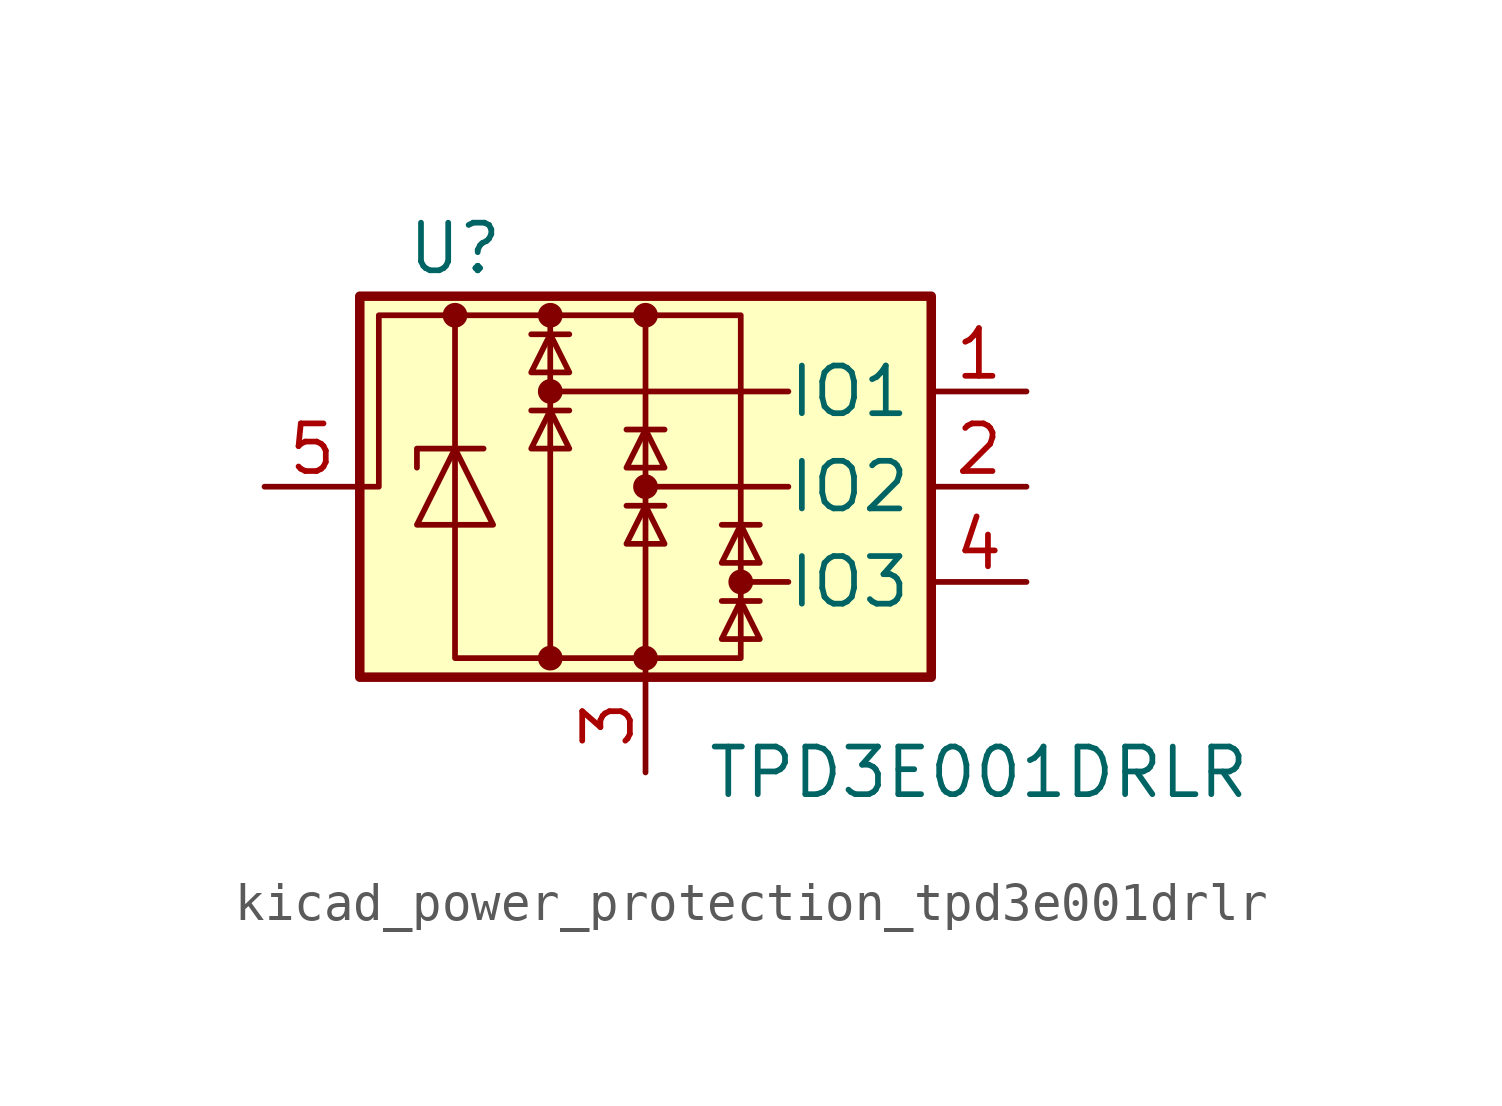
<source format=kicad_sym>
(kicad_symbol_lib
  (version 20220914)
  (generator kicad_symbol_editor)
  (symbol "kicad_power_protection_tpd3e001drlr"
    (property "Reference" "U"
      (at -5.08 6.35 0)
      (effects (font (size 1.27 1.27))))
    (property "Value" "TPD3E001DRLR"
      (at 8.89 -7.62 0)
      (effects (font (size 1.27 1.27))))
    (symbol "kicad_power_protection_tpd3e001drlr_0_1"
      (rectangle (start -7.62 5.08) (end 7.62 -5.08) (stroke (width 0.254) (type default)) (fill (type background)))
      (circle (center -5.08 4.572) (radius 0.254) (stroke (width 0) (type default)) (fill (type outline)))
      (circle (center -2.54 -4.572) (radius 0.254) (stroke (width 0) (type default)) (fill (type outline)))
      (circle (center -2.54 2.54) (radius 0.254) (stroke (width 0) (type default)) (fill (type outline)))
      (circle (center -2.54 4.572) (radius 0.254) (stroke (width 0) (type default)) (fill (type outline)))
      (circle (center 0 -4.572) (radius 0.254) (stroke (width 0) (type default)) (fill (type outline)))
      (polyline (pts (xy -2.54 2.54) (xy 3.81 2.54)) (stroke (width 0) (type default)) (fill (type none)))
      (polyline (pts (xy -2.54 4.572) (xy -2.54 -4.572)) (stroke (width 0) (type default)) (fill (type none)))
      (polyline (pts (xy -2.032 2.032) (xy -3.048 2.032)) (stroke (width 0) (type default)) (fill (type none)))
      (polyline (pts (xy -2.032 4.064) (xy -3.048 4.064)) (stroke (width 0) (type default)) (fill (type none)))
      (polyline (pts (xy 0 -5.08) (xy 0 4.572)) (stroke (width 0) (type default)) (fill (type none)))
      (polyline (pts (xy 0 0) (xy 3.81 0)) (stroke (width 0) (type default)) (fill (type none)))
      (polyline (pts (xy 0.508 -0.508) (xy -0.508 -0.508)) (stroke (width 0) (type default)) (fill (type none)))
      (polyline (pts (xy 0.508 1.524) (xy -0.508 1.524)) (stroke (width 0) (type default)) (fill (type none)))
      (polyline (pts (xy 2.54 -2.54) (xy 3.81 -2.54)) (stroke (width 0) (type default)) (fill (type none)))
      (polyline (pts (xy 3.048 -3.048) (xy 2.032 -3.048)) (stroke (width 0) (type default)) (fill (type none)))
      (polyline (pts (xy 3.048 -1.016) (xy 2.032 -1.016)) (stroke (width 0) (type default)) (fill (type none)))
      (polyline (pts (xy -4.318 1.016) (xy -6.096 1.016) (xy -6.096 0.508)) (stroke (width 0) (type default)) (fill (type none)))
      (polyline (pts (xy -7.62 0) (xy -7.112 0) (xy -7.112 4.572) (xy -5.08 4.572)) (stroke (width 0) (type default)) (fill (type none)))
      (polyline (pts (xy -5.08 1.016) (xy -6.096 -1.016) (xy -4.064 -1.016) (xy -5.08 1.016)) (stroke (width 0) (type default)) (fill (type none)))
      (polyline (pts (xy -2.54 2.032) (xy -3.048 1.016) (xy -2.032 1.016) (xy -2.54 2.032)) (stroke (width 0) (type default)) (fill (type none)))
      (polyline (pts (xy -2.54 4.064) (xy -3.048 3.048) (xy -2.032 3.048) (xy -2.54 4.064)) (stroke (width 0) (type default)) (fill (type none)))
      (polyline (pts (xy 0 -0.508) (xy -0.508 -1.524) (xy 0.508 -1.524) (xy 0 -0.508)) (stroke (width 0) (type default)) (fill (type none)))
      (polyline (pts (xy 0 1.524) (xy -0.508 0.508) (xy 0.508 0.508) (xy 0 1.524)) (stroke (width 0) (type default)) (fill (type none)))
      (polyline (pts (xy 2.54 -3.048) (xy 2.032 -4.064) (xy 3.048 -4.064) (xy 2.54 -3.048)) (stroke (width 0) (type default)) (fill (type none)))
      (polyline (pts (xy 2.54 -1.016) (xy 2.032 -2.032) (xy 3.048 -2.032) (xy 2.54 -1.016)) (stroke (width 0) (type default)) (fill (type none)))
      (circle (center 0 0) (radius 0.254) (stroke (width 0) (type default)) (fill (type outline)))
      (circle (center 0 4.572) (radius 0.254) (stroke (width 0) (type default)) (fill (type outline)))
      (rectangle (start 2.54 -4.572) (end -5.08 4.572) (stroke (width 0) (type default)) (fill (type none)))
      (circle (center 2.54 -2.54) (radius 0.254) (stroke (width 0) (type default)) (fill (type outline))))
    (symbol "kicad_power_protection_tpd3e001drlr_1_1"
      (pin passive line (at 10.16 2.54 180) (length 2.54) (name "IO1" (effects (font (size 1.27 1.27)))) (number "1" (effects (font (size 1.27 1.27)))))
      (pin passive line (at 10.16 0 180) (length 2.54) (name "IO2" (effects (font (size 1.27 1.27)))) (number "2" (effects (font (size 1.27 1.27)))))
      (pin passive line (at 0 -7.62 90) (length 2.54) (name "~" (effects (font (size 1.27 1.27)))) (number "3" (effects (font (size 1.27 1.27)))))
      (pin passive line (at 10.16 -2.54 180) (length 2.54) (name "IO3" (effects (font (size 1.27 1.27)))) (number "4" (effects (font (size 1.27 1.27)))))
      (pin passive line (at -10.16 0 0) (length 2.54) (name "~" (effects (font (size 1.27 1.27)))) (number "5" (effects (font (size 1.27 1.27))))))))
</source>
